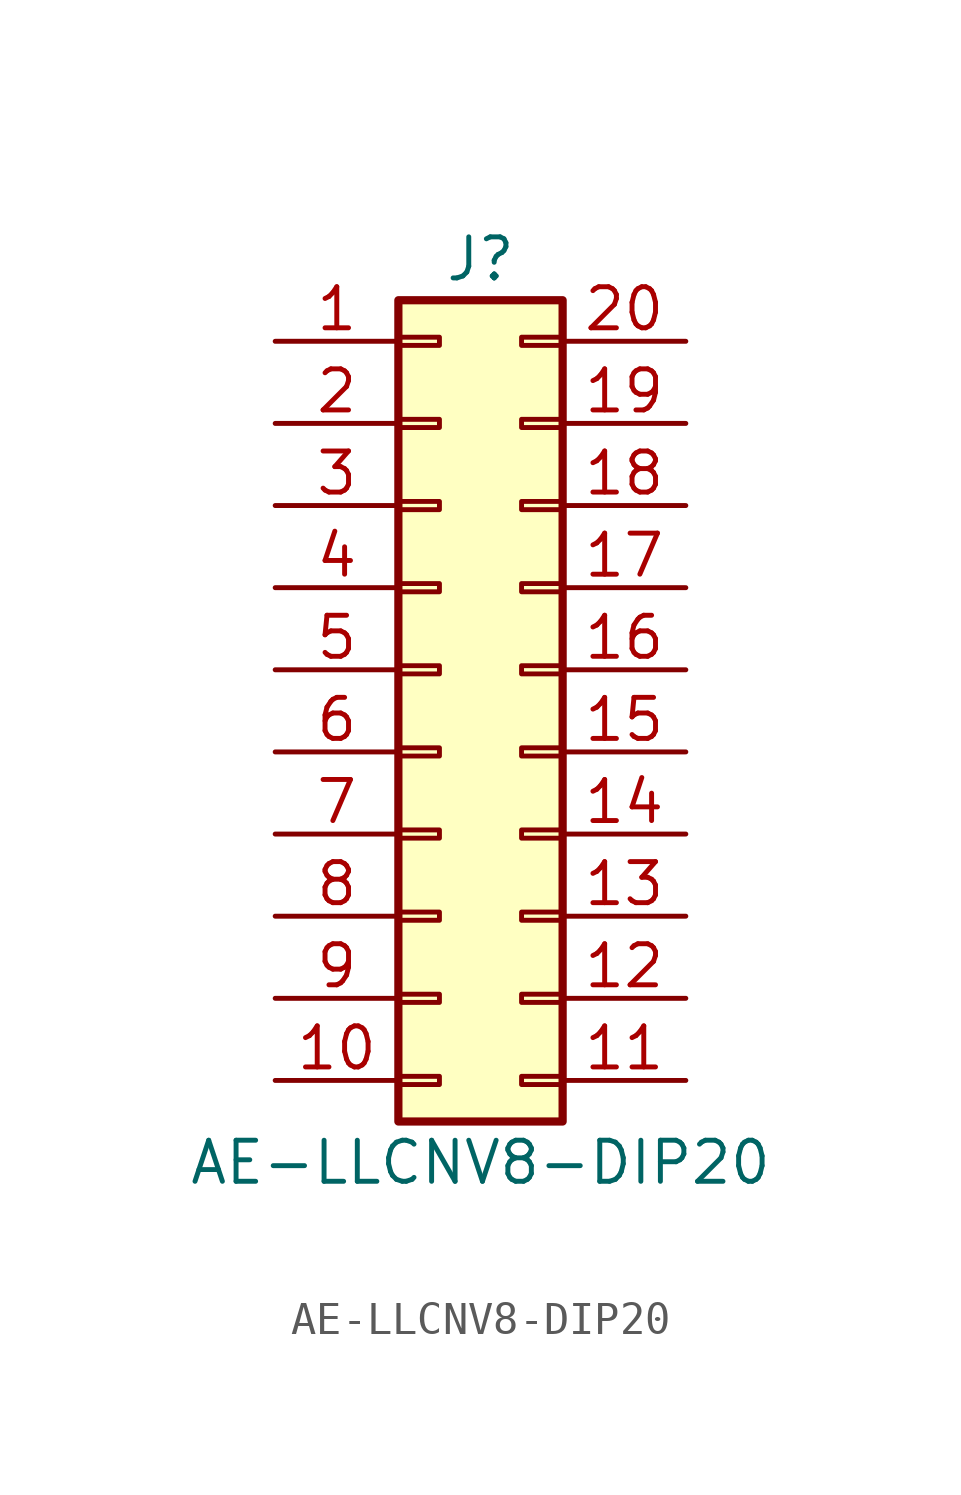
<source format=kicad_sym>
(kicad_symbol_lib
  (version 20220914)
  (generator kicad_symbol_editor)
  (symbol "AE-LLCNV8-DIP20"
    (pin_names
      (offset 1.016) hide)
    (property "Reference" "J"
      (at 1.27 12.7 0)
      (effects (font (size 1.27 1.27))))
    (property "Value" "AE-LLCNV8-DIP20"
      (at 1.27 -15.24 0)
      (effects (font (size 1.27 1.27))))
    (symbol "AE-LLCNV8-DIP20_1_1"
      (rectangle (start -1.27 -12.573) (end 0 -12.827) (stroke (width 0.152) (type default)) (fill (type none)))
      (rectangle (start -1.27 -10.033) (end 0 -10.287) (stroke (width 0.152) (type default)) (fill (type none)))
      (rectangle (start -1.27 -7.493) (end 0 -7.747) (stroke (width 0.152) (type default)) (fill (type none)))
      (rectangle (start -1.27 -4.953) (end 0 -5.207) (stroke (width 0.152) (type default)) (fill (type none)))
      (rectangle (start -1.27 -2.413) (end 0 -2.667) (stroke (width 0.152) (type default)) (fill (type none)))
      (rectangle (start -1.27 0.127) (end 0 -0.127) (stroke (width 0.152) (type default)) (fill (type none)))
      (rectangle (start -1.27 2.667) (end 0 2.413) (stroke (width 0.152) (type default)) (fill (type none)))
      (rectangle (start -1.27 5.207) (end 0 4.953) (stroke (width 0.152) (type default)) (fill (type none)))
      (rectangle (start -1.27 7.747) (end 0 7.493) (stroke (width 0.152) (type default)) (fill (type none)))
      (rectangle (start -1.27 10.287) (end 0 10.033) (stroke (width 0.152) (type default)) (fill (type none)))
      (rectangle (start -1.27 11.43) (end 3.81 -13.97) (stroke (width 0.254) (type default)) (fill (type background)))
      (rectangle (start 3.81 -12.573) (end 2.54 -12.827) (stroke (width 0.152) (type default)) (fill (type none)))
      (rectangle (start 3.81 -10.033) (end 2.54 -10.287) (stroke (width 0.152) (type default)) (fill (type none)))
      (rectangle (start 3.81 -7.493) (end 2.54 -7.747) (stroke (width 0.152) (type default)) (fill (type none)))
      (rectangle (start 3.81 -4.953) (end 2.54 -5.207) (stroke (width 0.152) (type default)) (fill (type none)))
      (rectangle (start 3.81 -2.413) (end 2.54 -2.667) (stroke (width 0.152) (type default)) (fill (type none)))
      (rectangle (start 3.81 0.127) (end 2.54 -0.127) (stroke (width 0.152) (type default)) (fill (type none)))
      (rectangle (start 3.81 2.667) (end 2.54 2.413) (stroke (width 0.152) (type default)) (fill (type none)))
      (rectangle (start 3.81 5.207) (end 2.54 4.953) (stroke (width 0.152) (type default)) (fill (type none)))
      (rectangle (start 3.81 7.747) (end 2.54 7.493) (stroke (width 0.152) (type default)) (fill (type none)))
      (rectangle (start 3.81 10.287) (end 2.54 10.033) (stroke (width 0.152) (type default)) (fill (type none)))
      (pin passive line (at -5.08 10.16 0) (length 3.81) (name "VA" (effects (font (size 1.27 1.27)))) (number "1" (effects (font (size 1.27 1.27)))))
      (pin passive line (at -5.08 -12.7 0) (length 3.81) (name "GND" (effects (font (size 1.27 1.27)))) (number "10" (effects (font (size 1.27 1.27)))))
      (pin passive line (at 7.62 -12.7 180) (length 3.81) (name "OE" (effects (font (size 1.27 1.27)))) (number "11" (effects (font (size 1.27 1.27)))))
      (pin passive line (at 7.62 -10.16 180) (length 3.81) (name "B7" (effects (font (size 1.27 1.27)))) (number "12" (effects (font (size 1.27 1.27)))))
      (pin passive line (at 7.62 -7.62 180) (length 3.81) (name "B6" (effects (font (size 1.27 1.27)))) (number "13" (effects (font (size 1.27 1.27)))))
      (pin passive line (at 7.62 -5.08 180) (length 3.81) (name "B5" (effects (font (size 1.27 1.27)))) (number "14" (effects (font (size 1.27 1.27)))))
      (pin passive line (at 7.62 -2.54 180) (length 3.81) (name "B4" (effects (font (size 1.27 1.27)))) (number "15" (effects (font (size 1.27 1.27)))))
      (pin passive line (at 7.62 0 180) (length 3.81) (name "B3" (effects (font (size 1.27 1.27)))) (number "16" (effects (font (size 1.27 1.27)))))
      (pin passive line (at 7.62 2.54 180) (length 3.81) (name "B2" (effects (font (size 1.27 1.27)))) (number "17" (effects (font (size 1.27 1.27)))))
      (pin passive line (at 7.62 5.08 180) (length 3.81) (name "B1" (effects (font (size 1.27 1.27)))) (number "18" (effects (font (size 1.27 1.27)))))
      (pin passive line (at 7.62 7.62 180) (length 3.81) (name "B0" (effects (font (size 1.27 1.27)))) (number "19" (effects (font (size 1.27 1.27)))))
      (pin passive line (at -5.08 7.62 0) (length 3.81) (name "A0" (effects (font (size 1.27 1.27)))) (number "2" (effects (font (size 1.27 1.27)))))
      (pin passive line (at 7.62 10.16 180) (length 3.81) (name "VB" (effects (font (size 1.27 1.27)))) (number "20" (effects (font (size 1.27 1.27)))))
      (pin passive line (at -5.08 5.08 0) (length 3.81) (name "A1" (effects (font (size 1.27 1.27)))) (number "3" (effects (font (size 1.27 1.27)))))
      (pin passive line (at -5.08 2.54 0) (length 3.81) (name "A2" (effects (font (size 1.27 1.27)))) (number "4" (effects (font (size 1.27 1.27)))))
      (pin passive line (at -5.08 0 0) (length 3.81) (name "A3" (effects (font (size 1.27 1.27)))) (number "5" (effects (font (size 1.27 1.27)))))
      (pin passive line (at -5.08 -2.54 0) (length 3.81) (name "A4" (effects (font (size 1.27 1.27)))) (number "6" (effects (font (size 1.27 1.27)))))
      (pin passive line (at -5.08 -5.08 0) (length 3.81) (name "A5" (effects (font (size 1.27 1.27)))) (number "7" (effects (font (size 1.27 1.27)))))
      (pin passive line (at -5.08 -7.62 0) (length 3.81) (name "A6" (effects (font (size 1.27 1.27)))) (number "8" (effects (font (size 1.27 1.27)))))
      (pin passive line (at -5.08 -10.16 0) (length 3.81) (name "A7" (effects (font (size 1.27 1.27)))) (number "9" (effects (font (size 1.27 1.27))))))))
</source>
